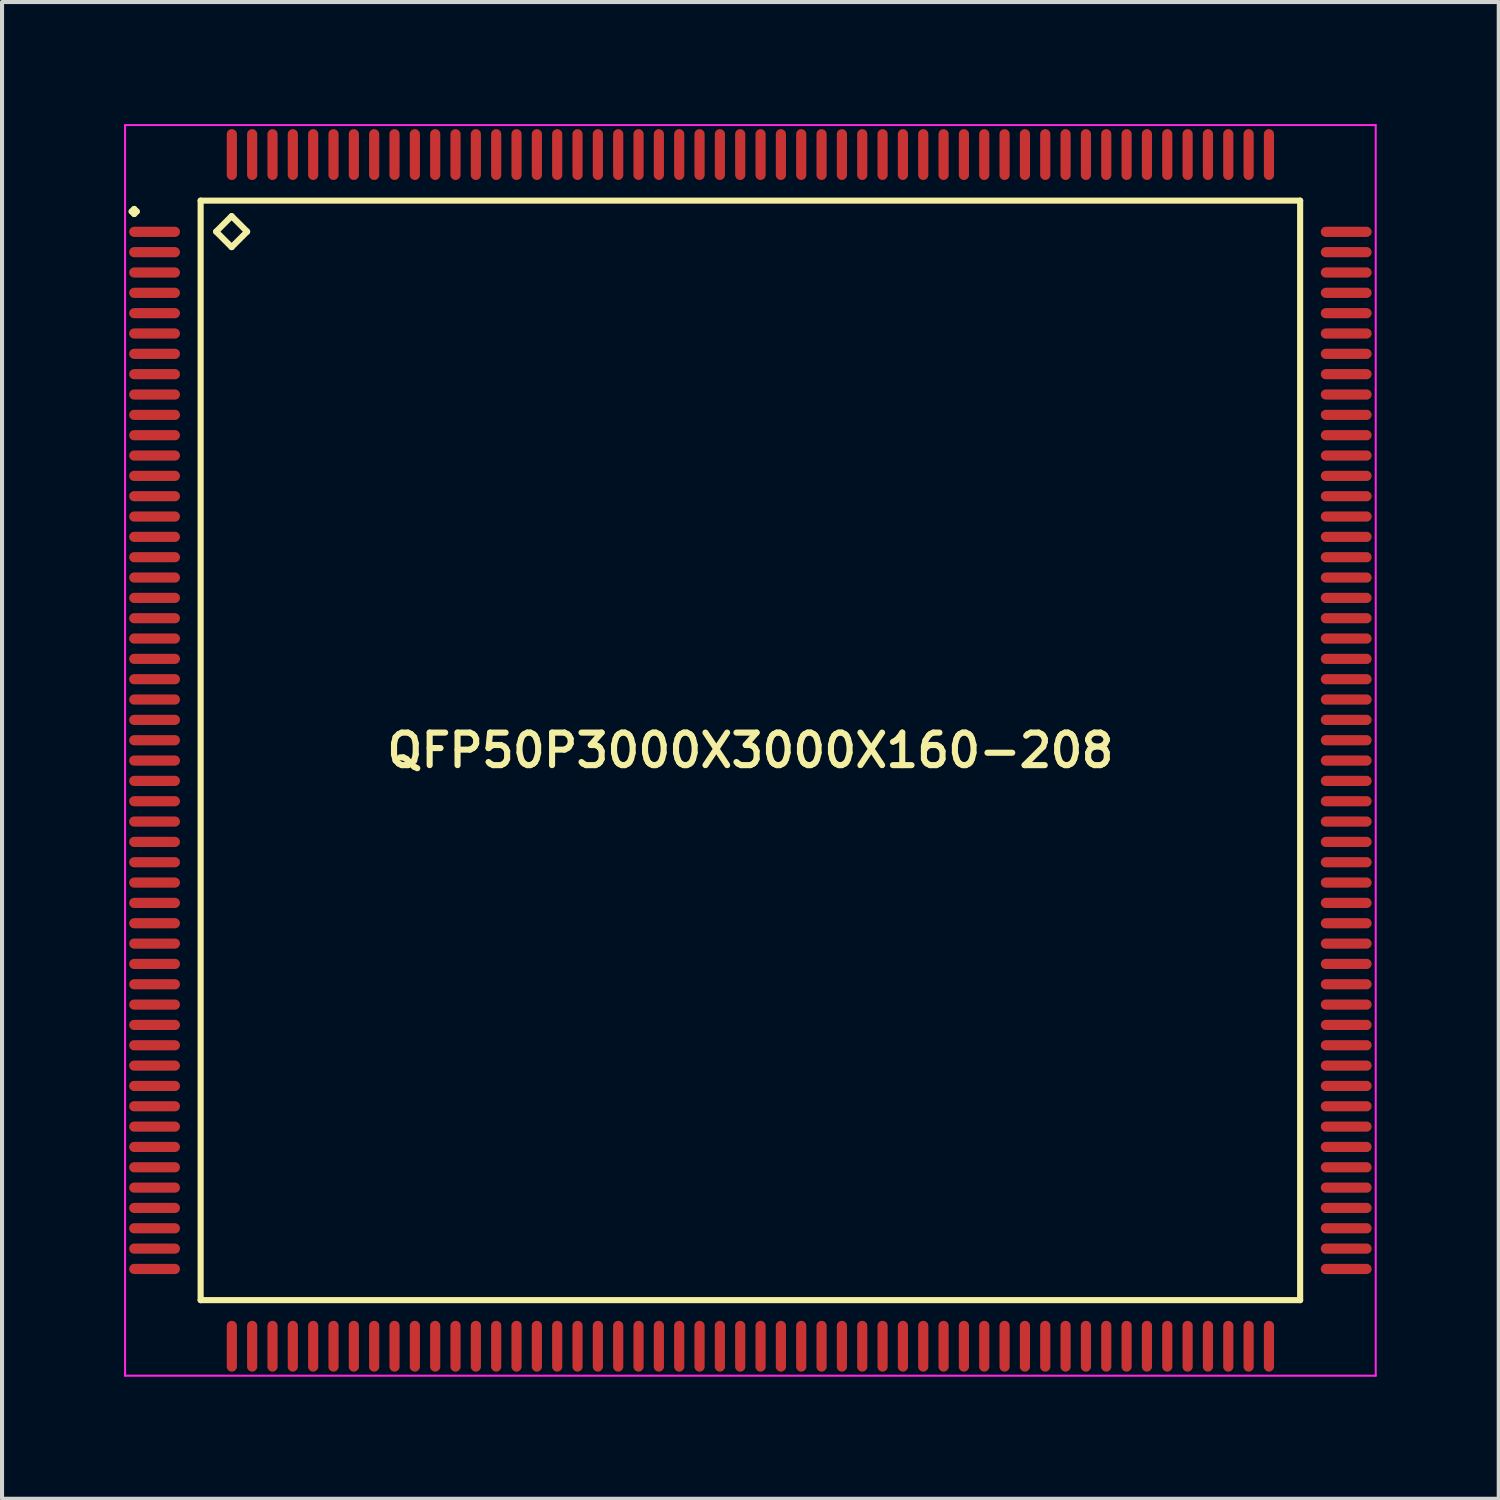
<source format=kicad_pcb>
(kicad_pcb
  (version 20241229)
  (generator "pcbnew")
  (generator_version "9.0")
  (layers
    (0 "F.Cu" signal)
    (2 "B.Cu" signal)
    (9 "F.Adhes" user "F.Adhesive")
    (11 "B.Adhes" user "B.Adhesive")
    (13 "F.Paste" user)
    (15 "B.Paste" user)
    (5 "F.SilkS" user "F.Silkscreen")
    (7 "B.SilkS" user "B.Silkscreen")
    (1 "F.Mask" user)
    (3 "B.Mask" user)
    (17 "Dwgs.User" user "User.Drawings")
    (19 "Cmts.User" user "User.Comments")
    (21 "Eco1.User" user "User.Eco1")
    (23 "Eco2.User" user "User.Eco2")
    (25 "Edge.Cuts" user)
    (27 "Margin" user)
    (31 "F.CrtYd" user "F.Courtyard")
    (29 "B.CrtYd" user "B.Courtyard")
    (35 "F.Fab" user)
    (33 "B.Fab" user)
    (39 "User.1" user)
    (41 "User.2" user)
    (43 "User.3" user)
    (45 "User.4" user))
  (footprint "QFP50P3000X3000X160-208"
    (layer "F.Cu")
    (at 15.4 15.4)
    (property "Reference" "QFP50P3000X3000X160-208" (at 0 0 0) (layer "F.SilkS") (effects (font (size 0.8 0.8) (thickness 0.15))))
    (attr smd)
    (fp_line (start -15.213 -13.25) (end -15.15 -13.312) (stroke (width 0.15) (type solid)) (layer "F.SilkS"))
    (fp_line (start -15.15 -13.312) (end -15.088 -13.25) (stroke (width 0.15) (type solid)) (layer "F.SilkS"))
    (fp_line (start -15.15 -13.188) (end -15.213 -13.25) (stroke (width 0.15) (type solid)) (layer "F.SilkS"))
    (fp_line (start -15.088 -13.25) (end -15.15 -13.188) (stroke (width 0.15) (type solid)) (layer "F.SilkS"))
    (fp_line (start -13.517 -13.517) (end -13.517 13.517) (stroke (width 0.15) (type solid)) (layer "F.SilkS"))
    (fp_line (start -13.517 13.517) (end 13.517 13.517) (stroke (width 0.15) (type solid)) (layer "F.SilkS"))
    (fp_line (start -13.136 -12.755) (end -12.755 -13.136) (stroke (width 0.15) (type solid)) (layer "F.SilkS"))
    (fp_line (start -12.755 -13.136) (end -12.374 -12.755) (stroke (width 0.15) (type solid)) (layer "F.SilkS"))
    (fp_line (start -12.755 -12.374) (end -13.136 -12.755) (stroke (width 0.15) (type solid)) (layer "F.SilkS"))
    (fp_line (start -12.374 -12.755) (end -12.755 -12.374) (stroke (width 0.15) (type solid)) (layer "F.SilkS"))
    (fp_line (start 13.517 -13.517) (end -13.517 -13.517) (stroke (width 0.15) (type solid)) (layer "F.SilkS"))
    (fp_line (start 13.517 13.517) (end 13.517 -13.517) (stroke (width 0.15) (type solid)) (layer "F.SilkS"))
    (fp_line (start -15.375 -15.375) (end 15.375 -15.375) (stroke (width 0.05) (type solid)) (layer "F.CrtYd"))
    (fp_line (start -15.375 15.375) (end -15.375 -15.375) (stroke (width 0.05) (type solid)) (layer "F.CrtYd"))
    (fp_line (start 15.375 -15.375) (end 15.375 15.375) (stroke (width 0.05) (type solid)) (layer "F.CrtYd"))
    (fp_line (start 15.375 15.375) (end -15.375 15.375) (stroke (width 0.05) (type solid)) (layer "F.CrtYd"))
    (pad "1" smd oval (at -14.65 -12.75) (size 1.25 0.25) (layers "F.Cu" "F.Mask" "F.Paste"))
    (pad "2" smd oval (at -14.65 -12.25) (size 1.25 0.25) (layers "F.Cu" "F.Mask" "F.Paste"))
    (pad "3" smd oval (at -14.65 -11.75) (size 1.25 0.25) (layers "F.Cu" "F.Mask" "F.Paste"))
    (pad "4" smd oval (at -14.65 -11.25) (size 1.25 0.25) (layers "F.Cu" "F.Mask" "F.Paste"))
    (pad "5" smd oval (at -14.65 -10.75) (size 1.25 0.25) (layers "F.Cu" "F.Mask" "F.Paste"))
    (pad "6" smd oval (at -14.65 -10.25) (size 1.25 0.25) (layers "F.Cu" "F.Mask" "F.Paste"))
    (pad "7" smd oval (at -14.65 -9.75) (size 1.25 0.25) (layers "F.Cu" "F.Mask" "F.Paste"))
    (pad "8" smd oval (at -14.65 -9.25) (size 1.25 0.25) (layers "F.Cu" "F.Mask" "F.Paste"))
    (pad "9" smd oval (at -14.65 -8.75) (size 1.25 0.25) (layers "F.Cu" "F.Mask" "F.Paste"))
    (pad "10" smd oval (at -14.65 -8.25) (size 1.25 0.25) (layers "F.Cu" "F.Mask" "F.Paste"))
    (pad "11" smd oval (at -14.65 -7.75) (size 1.25 0.25) (layers "F.Cu" "F.Mask" "F.Paste"))
    (pad "12" smd oval (at -14.65 -7.25) (size 1.25 0.25) (layers "F.Cu" "F.Mask" "F.Paste"))
    (pad "13" smd oval (at -14.65 -6.75) (size 1.25 0.25) (layers "F.Cu" "F.Mask" "F.Paste"))
    (pad "14" smd oval (at -14.65 -6.25) (size 1.25 0.25) (layers "F.Cu" "F.Mask" "F.Paste"))
    (pad "15" smd oval (at -14.65 -5.75) (size 1.25 0.25) (layers "F.Cu" "F.Mask" "F.Paste"))
    (pad "16" smd oval (at -14.65 -5.25) (size 1.25 0.25) (layers "F.Cu" "F.Mask" "F.Paste"))
    (pad "17" smd oval (at -14.65 -4.75) (size 1.25 0.25) (layers "F.Cu" "F.Mask" "F.Paste"))
    (pad "18" smd oval (at -14.65 -4.25) (size 1.25 0.25) (layers "F.Cu" "F.Mask" "F.Paste"))
    (pad "19" smd oval (at -14.65 -3.75) (size 1.25 0.25) (layers "F.Cu" "F.Mask" "F.Paste"))
    (pad "20" smd oval (at -14.65 -3.25) (size 1.25 0.25) (layers "F.Cu" "F.Mask" "F.Paste"))
    (pad "21" smd oval (at -14.65 -2.75) (size 1.25 0.25) (layers "F.Cu" "F.Mask" "F.Paste"))
    (pad "22" smd oval (at -14.65 -2.25) (size 1.25 0.25) (layers "F.Cu" "F.Mask" "F.Paste"))
    (pad "23" smd oval (at -14.65 -1.75) (size 1.25 0.25) (layers "F.Cu" "F.Mask" "F.Paste"))
    (pad "24" smd oval (at -14.65 -1.25) (size 1.25 0.25) (layers "F.Cu" "F.Mask" "F.Paste"))
    (pad "25" smd oval (at -14.65 -0.75) (size 1.25 0.25) (layers "F.Cu" "F.Mask" "F.Paste"))
    (pad "26" smd oval (at -14.65 -0.25) (size 1.25 0.25) (layers "F.Cu" "F.Mask" "F.Paste"))
    (pad "27" smd oval (at -14.65 0.25) (size 1.25 0.25) (layers "F.Cu" "F.Mask" "F.Paste"))
    (pad "28" smd oval (at -14.65 0.75) (size 1.25 0.25) (layers "F.Cu" "F.Mask" "F.Paste"))
    (pad "29" smd oval (at -14.65 1.25) (size 1.25 0.25) (layers "F.Cu" "F.Mask" "F.Paste"))
    (pad "30" smd oval (at -14.65 1.75) (size 1.25 0.25) (layers "F.Cu" "F.Mask" "F.Paste"))
    (pad "31" smd oval (at -14.65 2.25) (size 1.25 0.25) (layers "F.Cu" "F.Mask" "F.Paste"))
    (pad "32" smd oval (at -14.65 2.75) (size 1.25 0.25) (layers "F.Cu" "F.Mask" "F.Paste"))
    (pad "33" smd oval (at -14.65 3.25) (size 1.25 0.25) (layers "F.Cu" "F.Mask" "F.Paste"))
    (pad "34" smd oval (at -14.65 3.75) (size 1.25 0.25) (layers "F.Cu" "F.Mask" "F.Paste"))
    (pad "35" smd oval (at -14.65 4.25) (size 1.25 0.25) (layers "F.Cu" "F.Mask" "F.Paste"))
    (pad "36" smd oval (at -14.65 4.75) (size 1.25 0.25) (layers "F.Cu" "F.Mask" "F.Paste"))
    (pad "37" smd oval (at -14.65 5.25) (size 1.25 0.25) (layers "F.Cu" "F.Mask" "F.Paste"))
    (pad "38" smd oval (at -14.65 5.75) (size 1.25 0.25) (layers "F.Cu" "F.Mask" "F.Paste"))
    (pad "39" smd oval (at -14.65 6.25) (size 1.25 0.25) (layers "F.Cu" "F.Mask" "F.Paste"))
    (pad "40" smd oval (at -14.65 6.75) (size 1.25 0.25) (layers "F.Cu" "F.Mask" "F.Paste"))
    (pad "41" smd oval (at -14.65 7.25) (size 1.25 0.25) (layers "F.Cu" "F.Mask" "F.Paste"))
    (pad "42" smd oval (at -14.65 7.75) (size 1.25 0.25) (layers "F.Cu" "F.Mask" "F.Paste"))
    (pad "43" smd oval (at -14.65 8.25) (size 1.25 0.25) (layers "F.Cu" "F.Mask" "F.Paste"))
    (pad "44" smd oval (at -14.65 8.75) (size 1.25 0.25) (layers "F.Cu" "F.Mask" "F.Paste"))
    (pad "45" smd oval (at -14.65 9.25) (size 1.25 0.25) (layers "F.Cu" "F.Mask" "F.Paste"))
    (pad "46" smd oval (at -14.65 9.75) (size 1.25 0.25) (layers "F.Cu" "F.Mask" "F.Paste"))
    (pad "47" smd oval (at -14.65 10.25) (size 1.25 0.25) (layers "F.Cu" "F.Mask" "F.Paste"))
    (pad "48" smd oval (at -14.65 10.75) (size 1.25 0.25) (layers "F.Cu" "F.Mask" "F.Paste"))
    (pad "49" smd oval (at -14.65 11.25) (size 1.25 0.25) (layers "F.Cu" "F.Mask" "F.Paste"))
    (pad "50" smd oval (at -14.65 11.75) (size 1.25 0.25) (layers "F.Cu" "F.Mask" "F.Paste"))
    (pad "51" smd oval (at -14.65 12.25) (size 1.25 0.25) (layers "F.Cu" "F.Mask" "F.Paste"))
    (pad "52" smd oval (at -14.65 12.75) (size 1.25 0.25) (layers "F.Cu" "F.Mask" "F.Paste"))
    (pad "53" smd oval (at -12.75 14.65) (size 0.25 1.25) (layers "F.Cu" "F.Mask" "F.Paste"))
    (pad "54" smd oval (at -12.25 14.65) (size 0.25 1.25) (layers "F.Cu" "F.Mask" "F.Paste"))
    (pad "55" smd oval (at -11.75 14.65) (size 0.25 1.25) (layers "F.Cu" "F.Mask" "F.Paste"))
    (pad "56" smd oval (at -11.25 14.65) (size 0.25 1.25) (layers "F.Cu" "F.Mask" "F.Paste"))
    (pad "57" smd oval (at -10.75 14.65) (size 0.25 1.25) (layers "F.Cu" "F.Mask" "F.Paste"))
    (pad "58" smd oval (at -10.25 14.65) (size 0.25 1.25) (layers "F.Cu" "F.Mask" "F.Paste"))
    (pad "59" smd oval (at -9.75 14.65) (size 0.25 1.25) (layers "F.Cu" "F.Mask" "F.Paste"))
    (pad "60" smd oval (at -9.25 14.65) (size 0.25 1.25) (layers "F.Cu" "F.Mask" "F.Paste"))
    (pad "61" smd oval (at -8.75 14.65) (size 0.25 1.25) (layers "F.Cu" "F.Mask" "F.Paste"))
    (pad "62" smd oval (at -8.25 14.65) (size 0.25 1.25) (layers "F.Cu" "F.Mask" "F.Paste"))
    (pad "63" smd oval (at -7.75 14.65) (size 0.25 1.25) (layers "F.Cu" "F.Mask" "F.Paste"))
    (pad "64" smd oval (at -7.25 14.65) (size 0.25 1.25) (layers "F.Cu" "F.Mask" "F.Paste"))
    (pad "65" smd oval (at -6.75 14.65) (size 0.25 1.25) (layers "F.Cu" "F.Mask" "F.Paste"))
    (pad "66" smd oval (at -6.25 14.65) (size 0.25 1.25) (layers "F.Cu" "F.Mask" "F.Paste"))
    (pad "67" smd oval (at -5.75 14.65) (size 0.25 1.25) (layers "F.Cu" "F.Mask" "F.Paste"))
    (pad "68" smd oval (at -5.25 14.65) (size 0.25 1.25) (layers "F.Cu" "F.Mask" "F.Paste"))
    (pad "69" smd oval (at -4.75 14.65) (size 0.25 1.25) (layers "F.Cu" "F.Mask" "F.Paste"))
    (pad "70" smd oval (at -4.25 14.65) (size 0.25 1.25) (layers "F.Cu" "F.Mask" "F.Paste"))
    (pad "71" smd oval (at -3.75 14.65) (size 0.25 1.25) (layers "F.Cu" "F.Mask" "F.Paste"))
    (pad "72" smd oval (at -3.25 14.65) (size 0.25 1.25) (layers "F.Cu" "F.Mask" "F.Paste"))
    (pad "73" smd oval (at -2.75 14.65) (size 0.25 1.25) (layers "F.Cu" "F.Mask" "F.Paste"))
    (pad "74" smd oval (at -2.25 14.65) (size 0.25 1.25) (layers "F.Cu" "F.Mask" "F.Paste"))
    (pad "75" smd oval (at -1.75 14.65) (size 0.25 1.25) (layers "F.Cu" "F.Mask" "F.Paste"))
    (pad "76" smd oval (at -1.25 14.65) (size 0.25 1.25) (layers "F.Cu" "F.Mask" "F.Paste"))
    (pad "77" smd oval (at -0.75 14.65) (size 0.25 1.25) (layers "F.Cu" "F.Mask" "F.Paste"))
    (pad "78" smd oval (at -0.25 14.65) (size 0.25 1.25) (layers "F.Cu" "F.Mask" "F.Paste"))
    (pad "79" smd oval (at 0.25 14.65) (size 0.25 1.25) (layers "F.Cu" "F.Mask" "F.Paste"))
    (pad "80" smd oval (at 0.75 14.65) (size 0.25 1.25) (layers "F.Cu" "F.Mask" "F.Paste"))
    (pad "81" smd oval (at 1.25 14.65) (size 0.25 1.25) (layers "F.Cu" "F.Mask" "F.Paste"))
    (pad "82" smd oval (at 1.75 14.65) (size 0.25 1.25) (layers "F.Cu" "F.Mask" "F.Paste"))
    (pad "83" smd oval (at 2.25 14.65) (size 0.25 1.25) (layers "F.Cu" "F.Mask" "F.Paste"))
    (pad "84" smd oval (at 2.75 14.65) (size 0.25 1.25) (layers "F.Cu" "F.Mask" "F.Paste"))
    (pad "85" smd oval (at 3.25 14.65) (size 0.25 1.25) (layers "F.Cu" "F.Mask" "F.Paste"))
    (pad "86" smd oval (at 3.75 14.65) (size 0.25 1.25) (layers "F.Cu" "F.Mask" "F.Paste"))
    (pad "87" smd oval (at 4.25 14.65) (size 0.25 1.25) (layers "F.Cu" "F.Mask" "F.Paste"))
    (pad "88" smd oval (at 4.75 14.65) (size 0.25 1.25) (layers "F.Cu" "F.Mask" "F.Paste"))
    (pad "89" smd oval (at 5.25 14.65) (size 0.25 1.25) (layers "F.Cu" "F.Mask" "F.Paste"))
    (pad "90" smd oval (at 5.75 14.65) (size 0.25 1.25) (layers "F.Cu" "F.Mask" "F.Paste"))
    (pad "91" smd oval (at 6.25 14.65) (size 0.25 1.25) (layers "F.Cu" "F.Mask" "F.Paste"))
    (pad "92" smd oval (at 6.75 14.65) (size 0.25 1.25) (layers "F.Cu" "F.Mask" "F.Paste"))
    (pad "93" smd oval (at 7.25 14.65) (size 0.25 1.25) (layers "F.Cu" "F.Mask" "F.Paste"))
    (pad "94" smd oval (at 7.75 14.65) (size 0.25 1.25) (layers "F.Cu" "F.Mask" "F.Paste"))
    (pad "95" smd oval (at 8.25 14.65) (size 0.25 1.25) (layers "F.Cu" "F.Mask" "F.Paste"))
    (pad "96" smd oval (at 8.75 14.65) (size 0.25 1.25) (layers "F.Cu" "F.Mask" "F.Paste"))
    (pad "97" smd oval (at 9.25 14.65) (size 0.25 1.25) (layers "F.Cu" "F.Mask" "F.Paste"))
    (pad "98" smd oval (at 9.75 14.65) (size 0.25 1.25) (layers "F.Cu" "F.Mask" "F.Paste"))
    (pad "99" smd oval (at 10.25 14.65) (size 0.25 1.25) (layers "F.Cu" "F.Mask" "F.Paste"))
    (pad "100" smd oval (at 10.75 14.65) (size 0.25 1.25) (layers "F.Cu" "F.Mask" "F.Paste"))
    (pad "101" smd oval (at 11.25 14.65) (size 0.25 1.25) (layers "F.Cu" "F.Mask" "F.Paste"))
    (pad "102" smd oval (at 11.75 14.65) (size 0.25 1.25) (layers "F.Cu" "F.Mask" "F.Paste"))
    (pad "103" smd oval (at 12.25 14.65) (size 0.25 1.25) (layers "F.Cu" "F.Mask" "F.Paste"))
    (pad "104" smd oval (at 12.75 14.65) (size 0.25 1.25) (layers "F.Cu" "F.Mask" "F.Paste"))
    (pad "105" smd oval (at 14.65 12.75) (size 1.25 0.25) (layers "F.Cu" "F.Mask" "F.Paste"))
    (pad "106" smd oval (at 14.65 12.25) (size 1.25 0.25) (layers "F.Cu" "F.Mask" "F.Paste"))
    (pad "107" smd oval (at 14.65 11.75) (size 1.25 0.25) (layers "F.Cu" "F.Mask" "F.Paste"))
    (pad "108" smd oval (at 14.65 11.25) (size 1.25 0.25) (layers "F.Cu" "F.Mask" "F.Paste"))
    (pad "109" smd oval (at 14.65 10.75) (size 1.25 0.25) (layers "F.Cu" "F.Mask" "F.Paste"))
    (pad "110" smd oval (at 14.65 10.25) (size 1.25 0.25) (layers "F.Cu" "F.Mask" "F.Paste"))
    (pad "111" smd oval (at 14.65 9.75) (size 1.25 0.25) (layers "F.Cu" "F.Mask" "F.Paste"))
    (pad "112" smd oval (at 14.65 9.25) (size 1.25 0.25) (layers "F.Cu" "F.Mask" "F.Paste"))
    (pad "113" smd oval (at 14.65 8.75) (size 1.25 0.25) (layers "F.Cu" "F.Mask" "F.Paste"))
    (pad "114" smd oval (at 14.65 8.25) (size 1.25 0.25) (layers "F.Cu" "F.Mask" "F.Paste"))
    (pad "115" smd oval (at 14.65 7.75) (size 1.25 0.25) (layers "F.Cu" "F.Mask" "F.Paste"))
    (pad "116" smd oval (at 14.65 7.25) (size 1.25 0.25) (layers "F.Cu" "F.Mask" "F.Paste"))
    (pad "117" smd oval (at 14.65 6.75) (size 1.25 0.25) (layers "F.Cu" "F.Mask" "F.Paste"))
    (pad "118" smd oval (at 14.65 6.25) (size 1.25 0.25) (layers "F.Cu" "F.Mask" "F.Paste"))
    (pad "119" smd oval (at 14.65 5.75) (size 1.25 0.25) (layers "F.Cu" "F.Mask" "F.Paste"))
    (pad "120" smd oval (at 14.65 5.25) (size 1.25 0.25) (layers "F.Cu" "F.Mask" "F.Paste"))
    (pad "121" smd oval (at 14.65 4.75) (size 1.25 0.25) (layers "F.Cu" "F.Mask" "F.Paste"))
    (pad "122" smd oval (at 14.65 4.25) (size 1.25 0.25) (layers "F.Cu" "F.Mask" "F.Paste"))
    (pad "123" smd oval (at 14.65 3.75) (size 1.25 0.25) (layers "F.Cu" "F.Mask" "F.Paste"))
    (pad "124" smd oval (at 14.65 3.25) (size 1.25 0.25) (layers "F.Cu" "F.Mask" "F.Paste"))
    (pad "125" smd oval (at 14.65 2.75) (size 1.25 0.25) (layers "F.Cu" "F.Mask" "F.Paste"))
    (pad "126" smd oval (at 14.65 2.25) (size 1.25 0.25) (layers "F.Cu" "F.Mask" "F.Paste"))
    (pad "127" smd oval (at 14.65 1.75) (size 1.25 0.25) (layers "F.Cu" "F.Mask" "F.Paste"))
    (pad "128" smd oval (at 14.65 1.25) (size 1.25 0.25) (layers "F.Cu" "F.Mask" "F.Paste"))
    (pad "129" smd oval (at 14.65 0.75) (size 1.25 0.25) (layers "F.Cu" "F.Mask" "F.Paste"))
    (pad "130" smd oval (at 14.65 0.25) (size 1.25 0.25) (layers "F.Cu" "F.Mask" "F.Paste"))
    (pad "131" smd oval (at 14.65 -0.25) (size 1.25 0.25) (layers "F.Cu" "F.Mask" "F.Paste"))
    (pad "132" smd oval (at 14.65 -0.75) (size 1.25 0.25) (layers "F.Cu" "F.Mask" "F.Paste"))
    (pad "133" smd oval (at 14.65 -1.25) (size 1.25 0.25) (layers "F.Cu" "F.Mask" "F.Paste"))
    (pad "134" smd oval (at 14.65 -1.75) (size 1.25 0.25) (layers "F.Cu" "F.Mask" "F.Paste"))
    (pad "135" smd oval (at 14.65 -2.25) (size 1.25 0.25) (layers "F.Cu" "F.Mask" "F.Paste"))
    (pad "136" smd oval (at 14.65 -2.75) (size 1.25 0.25) (layers "F.Cu" "F.Mask" "F.Paste"))
    (pad "137" smd oval (at 14.65 -3.25) (size 1.25 0.25) (layers "F.Cu" "F.Mask" "F.Paste"))
    (pad "138" smd oval (at 14.65 -3.75) (size 1.25 0.25) (layers "F.Cu" "F.Mask" "F.Paste"))
    (pad "139" smd oval (at 14.65 -4.25) (size 1.25 0.25) (layers "F.Cu" "F.Mask" "F.Paste"))
    (pad "140" smd oval (at 14.65 -4.75) (size 1.25 0.25) (layers "F.Cu" "F.Mask" "F.Paste"))
    (pad "141" smd oval (at 14.65 -5.25) (size 1.25 0.25) (layers "F.Cu" "F.Mask" "F.Paste"))
    (pad "142" smd oval (at 14.65 -5.75) (size 1.25 0.25) (layers "F.Cu" "F.Mask" "F.Paste"))
    (pad "143" smd oval (at 14.65 -6.25) (size 1.25 0.25) (layers "F.Cu" "F.Mask" "F.Paste"))
    (pad "144" smd oval (at 14.65 -6.75) (size 1.25 0.25) (layers "F.Cu" "F.Mask" "F.Paste"))
    (pad "145" smd oval (at 14.65 -7.25) (size 1.25 0.25) (layers "F.Cu" "F.Mask" "F.Paste"))
    (pad "146" smd oval (at 14.65 -7.75) (size 1.25 0.25) (layers "F.Cu" "F.Mask" "F.Paste"))
    (pad "147" smd oval (at 14.65 -8.25) (size 1.25 0.25) (layers "F.Cu" "F.Mask" "F.Paste"))
    (pad "148" smd oval (at 14.65 -8.75) (size 1.25 0.25) (layers "F.Cu" "F.Mask" "F.Paste"))
    (pad "149" smd oval (at 14.65 -9.25) (size 1.25 0.25) (layers "F.Cu" "F.Mask" "F.Paste"))
    (pad "150" smd oval (at 14.65 -9.75) (size 1.25 0.25) (layers "F.Cu" "F.Mask" "F.Paste"))
    (pad "151" smd oval (at 14.65 -10.25) (size 1.25 0.25) (layers "F.Cu" "F.Mask" "F.Paste"))
    (pad "152" smd oval (at 14.65 -10.75) (size 1.25 0.25) (layers "F.Cu" "F.Mask" "F.Paste"))
    (pad "153" smd oval (at 14.65 -11.25) (size 1.25 0.25) (layers "F.Cu" "F.Mask" "F.Paste"))
    (pad "154" smd oval (at 14.65 -11.75) (size 1.25 0.25) (layers "F.Cu" "F.Mask" "F.Paste"))
    (pad "155" smd oval (at 14.65 -12.25) (size 1.25 0.25) (layers "F.Cu" "F.Mask" "F.Paste"))
    (pad "156" smd oval (at 14.65 -12.75) (size 1.25 0.25) (layers "F.Cu" "F.Mask" "F.Paste"))
    (pad "157" smd oval (at 12.75 -14.65) (size 0.25 1.25) (layers "F.Cu" "F.Mask" "F.Paste"))
    (pad "158" smd oval (at 12.25 -14.65) (size 0.25 1.25) (layers "F.Cu" "F.Mask" "F.Paste"))
    (pad "159" smd oval (at 11.75 -14.65) (size 0.25 1.25) (layers "F.Cu" "F.Mask" "F.Paste"))
    (pad "160" smd oval (at 11.25 -14.65) (size 0.25 1.25) (layers "F.Cu" "F.Mask" "F.Paste"))
    (pad "161" smd oval (at 10.75 -14.65) (size 0.25 1.25) (layers "F.Cu" "F.Mask" "F.Paste"))
    (pad "162" smd oval (at 10.25 -14.65) (size 0.25 1.25) (layers "F.Cu" "F.Mask" "F.Paste"))
    (pad "163" smd oval (at 9.75 -14.65) (size 0.25 1.25) (layers "F.Cu" "F.Mask" "F.Paste"))
    (pad "164" smd oval (at 9.25 -14.65) (size 0.25 1.25) (layers "F.Cu" "F.Mask" "F.Paste"))
    (pad "165" smd oval (at 8.75 -14.65) (size 0.25 1.25) (layers "F.Cu" "F.Mask" "F.Paste"))
    (pad "166" smd oval (at 8.25 -14.65) (size 0.25 1.25) (layers "F.Cu" "F.Mask" "F.Paste"))
    (pad "167" smd oval (at 7.75 -14.65) (size 0.25 1.25) (layers "F.Cu" "F.Mask" "F.Paste"))
    (pad "168" smd oval (at 7.25 -14.65) (size 0.25 1.25) (layers "F.Cu" "F.Mask" "F.Paste"))
    (pad "169" smd oval (at 6.75 -14.65) (size 0.25 1.25) (layers "F.Cu" "F.Mask" "F.Paste"))
    (pad "170" smd oval (at 6.25 -14.65) (size 0.25 1.25) (layers "F.Cu" "F.Mask" "F.Paste"))
    (pad "171" smd oval (at 5.75 -14.65) (size 0.25 1.25) (layers "F.Cu" "F.Mask" "F.Paste"))
    (pad "172" smd oval (at 5.25 -14.65) (size 0.25 1.25) (layers "F.Cu" "F.Mask" "F.Paste"))
    (pad "173" smd oval (at 4.75 -14.65) (size 0.25 1.25) (layers "F.Cu" "F.Mask" "F.Paste"))
    (pad "174" smd oval (at 4.25 -14.65) (size 0.25 1.25) (layers "F.Cu" "F.Mask" "F.Paste"))
    (pad "175" smd oval (at 3.75 -14.65) (size 0.25 1.25) (layers "F.Cu" "F.Mask" "F.Paste"))
    (pad "176" smd oval (at 3.25 -14.65) (size 0.25 1.25) (layers "F.Cu" "F.Mask" "F.Paste"))
    (pad "177" smd oval (at 2.75 -14.65) (size 0.25 1.25) (layers "F.Cu" "F.Mask" "F.Paste"))
    (pad "178" smd oval (at 2.25 -14.65) (size 0.25 1.25) (layers "F.Cu" "F.Mask" "F.Paste"))
    (pad "179" smd oval (at 1.75 -14.65) (size 0.25 1.25) (layers "F.Cu" "F.Mask" "F.Paste"))
    (pad "180" smd oval (at 1.25 -14.65) (size 0.25 1.25) (layers "F.Cu" "F.Mask" "F.Paste"))
    (pad "181" smd oval (at 0.75 -14.65) (size 0.25 1.25) (layers "F.Cu" "F.Mask" "F.Paste"))
    (pad "182" smd oval (at 0.25 -14.65) (size 0.25 1.25) (layers "F.Cu" "F.Mask" "F.Paste"))
    (pad "183" smd oval (at -0.25 -14.65) (size 0.25 1.25) (layers "F.Cu" "F.Mask" "F.Paste"))
    (pad "184" smd oval (at -0.75 -14.65) (size 0.25 1.25) (layers "F.Cu" "F.Mask" "F.Paste"))
    (pad "185" smd oval (at -1.25 -14.65) (size 0.25 1.25) (layers "F.Cu" "F.Mask" "F.Paste"))
    (pad "186" smd oval (at -1.75 -14.65) (size 0.25 1.25) (layers "F.Cu" "F.Mask" "F.Paste"))
    (pad "187" smd oval (at -2.25 -14.65) (size 0.25 1.25) (layers "F.Cu" "F.Mask" "F.Paste"))
    (pad "188" smd oval (at -2.75 -14.65) (size 0.25 1.25) (layers "F.Cu" "F.Mask" "F.Paste"))
    (pad "189" smd oval (at -3.25 -14.65) (size 0.25 1.25) (layers "F.Cu" "F.Mask" "F.Paste"))
    (pad "190" smd oval (at -3.75 -14.65) (size 0.25 1.25) (layers "F.Cu" "F.Mask" "F.Paste"))
    (pad "191" smd oval (at -4.25 -14.65) (size 0.25 1.25) (layers "F.Cu" "F.Mask" "F.Paste"))
    (pad "192" smd oval (at -4.75 -14.65) (size 0.25 1.25) (layers "F.Cu" "F.Mask" "F.Paste"))
    (pad "193" smd oval (at -5.25 -14.65) (size 0.25 1.25) (layers "F.Cu" "F.Mask" "F.Paste"))
    (pad "194" smd oval (at -5.75 -14.65) (size 0.25 1.25) (layers "F.Cu" "F.Mask" "F.Paste"))
    (pad "195" smd oval (at -6.25 -14.65) (size 0.25 1.25) (layers "F.Cu" "F.Mask" "F.Paste"))
    (pad "196" smd oval (at -6.75 -14.65) (size 0.25 1.25) (layers "F.Cu" "F.Mask" "F.Paste"))
    (pad "197" smd oval (at -7.25 -14.65) (size 0.25 1.25) (layers "F.Cu" "F.Mask" "F.Paste"))
    (pad "198" smd oval (at -7.75 -14.65) (size 0.25 1.25) (layers "F.Cu" "F.Mask" "F.Paste"))
    (pad "199" smd oval (at -8.25 -14.65) (size 0.25 1.25) (layers "F.Cu" "F.Mask" "F.Paste"))
    (pad "200" smd oval (at -8.75 -14.65) (size 0.25 1.25) (layers "F.Cu" "F.Mask" "F.Paste"))
    (pad "201" smd oval (at -9.25 -14.65) (size 0.25 1.25) (layers "F.Cu" "F.Mask" "F.Paste"))
    (pad "202" smd oval (at -9.75 -14.65) (size 0.25 1.25) (layers "F.Cu" "F.Mask" "F.Paste"))
    (pad "203" smd oval (at -10.25 -14.65) (size 0.25 1.25) (layers "F.Cu" "F.Mask" "F.Paste"))
    (pad "204" smd oval (at -10.75 -14.65) (size 0.25 1.25) (layers "F.Cu" "F.Mask" "F.Paste"))
    (pad "205" smd oval (at -11.25 -14.65) (size 0.25 1.25) (layers "F.Cu" "F.Mask" "F.Paste"))
    (pad "206" smd oval (at -11.75 -14.65) (size 0.25 1.25) (layers "F.Cu" "F.Mask" "F.Paste"))
    (pad "207" smd oval (at -12.25 -14.65) (size 0.25 1.25) (layers "F.Cu" "F.Mask" "F.Paste"))
    (pad "208" smd oval (at -12.75 -14.65) (size 0.25 1.25) (layers "F.Cu" "F.Mask" "F.Paste")))
  (gr_rect
    (start -3 -3)
    (end 33.8 33.8)
    (stroke (width 0.1) (type default))
    (fill no)
    (layer "Edge.Cuts")))
</source>
